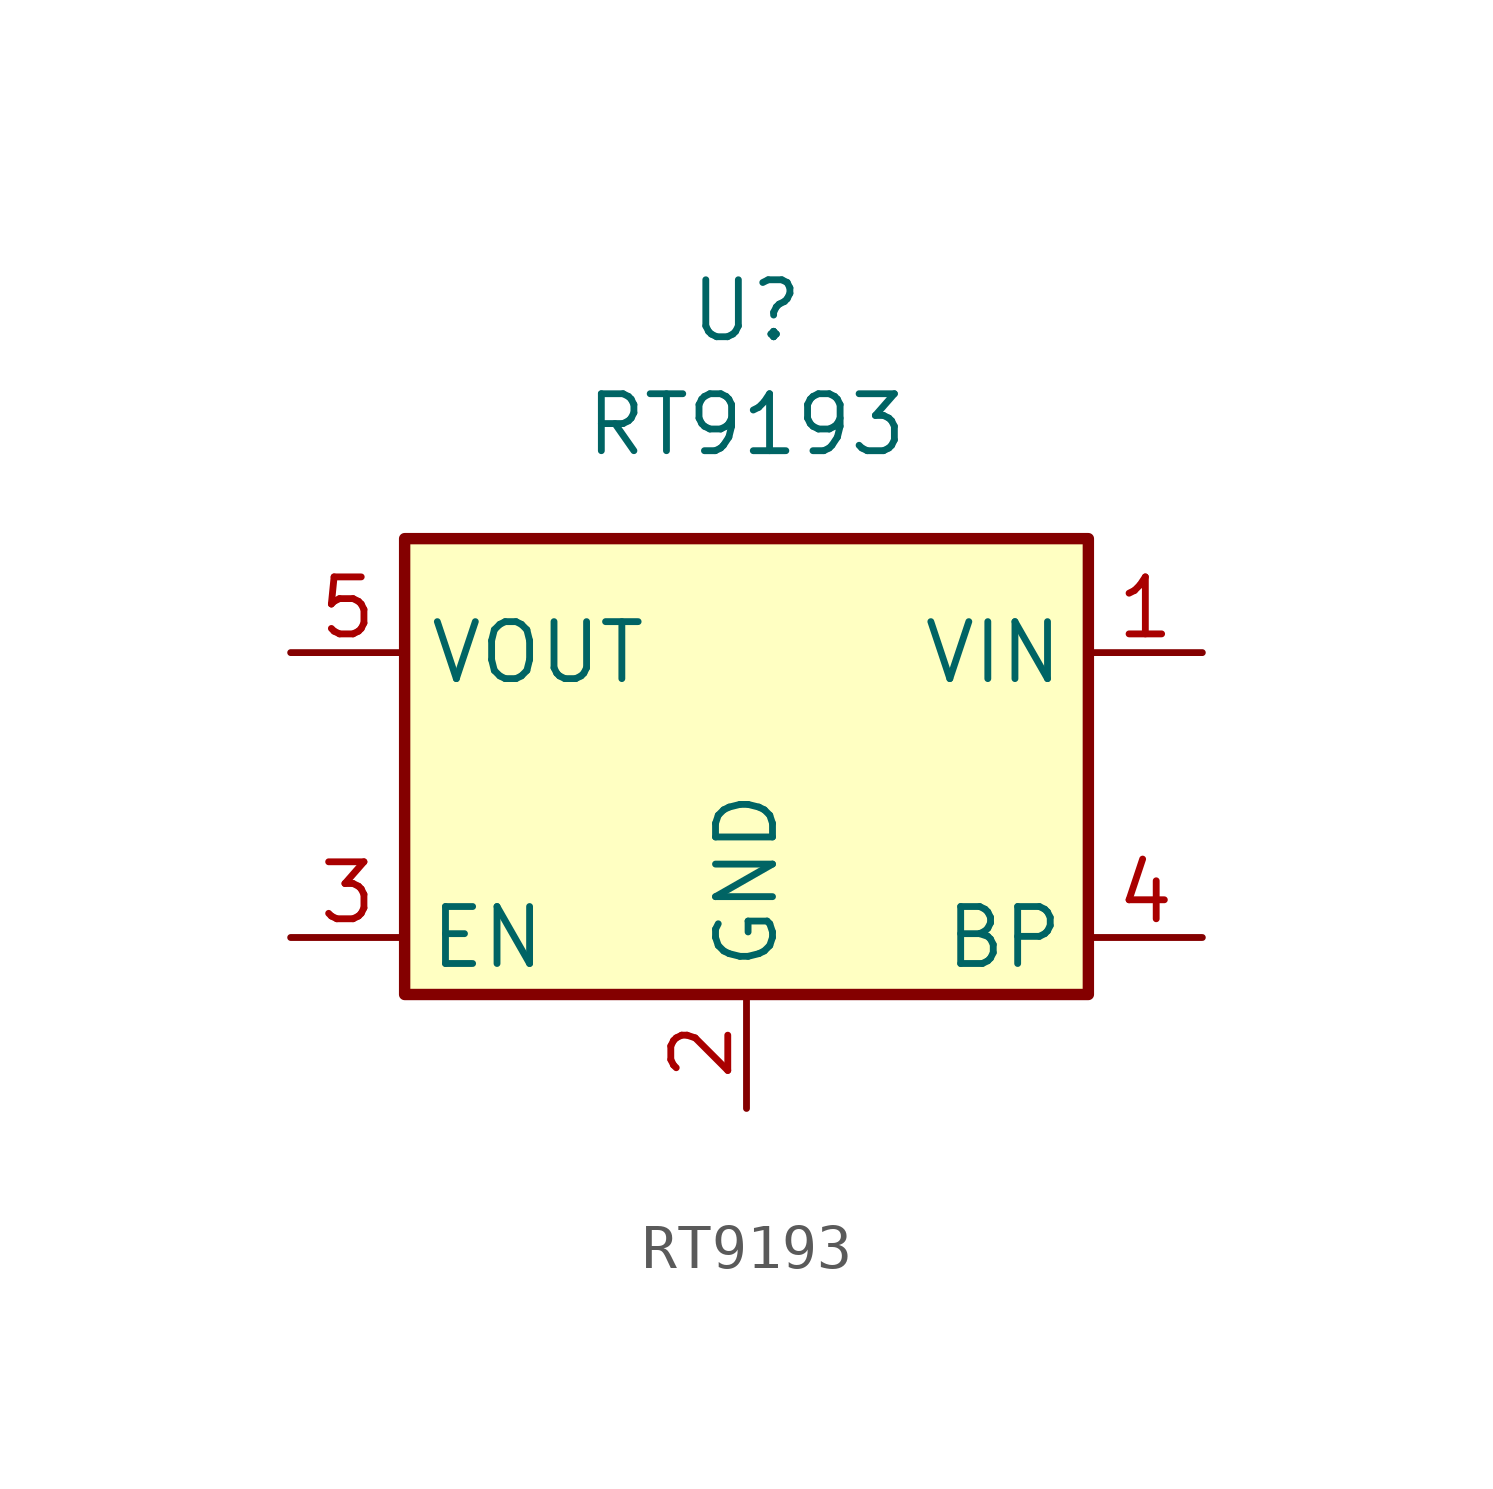
<source format=kicad_sym>
(kicad_symbol_lib
  (version 20231120)
  (generator "kicad_symbol_editor")
  (generator_version "8.0")
  (symbol "RT9193"
    (property "Reference" "U"
      (at 0 10.16 0)
      (effects (font (size 1.27 1.27))))
    (property "Value" "RT9193"
      (at 0 7.62 0)
      (effects (font (size 1.27 1.27))))
    (symbol "RT9193_0_1"
      (rectangle (start -7.62 5.08) (end 7.62 -5.08) (stroke (width 0.254) (type default)) (fill (type background))))
    (symbol "RT9193_1_1"
      (pin power_in line (at 10.16 2.54 180) (length 2.54) (name "VIN" (effects (font (size 1.27 1.27)))) (number "1" (effects (font (size 1.27 1.27)))))
      (pin power_in line (at 0 -7.62 90) (length 2.54) (name "GND" (effects (font (size 1.27 1.27)))) (number "2" (effects (font (size 1.27 1.27)))))
      (pin input line (at -10.16 -3.81 0) (length 2.54) (name "EN" (effects (font (size 1.27 1.27)))) (number "3" (effects (font (size 1.27 1.27)))))
      (pin passive line (at 10.16 -3.81 180) (length 2.54) (name "BP" (effects (font (size 1.27 1.27)))) (number "4" (effects (font (size 1.27 1.27)))))
      (pin power_out line (at -10.16 2.54 0) (length 2.54) (name "VOUT" (effects (font (size 1.27 1.27)))) (number "5" (effects (font (size 1.27 1.27))))))))
</source>
